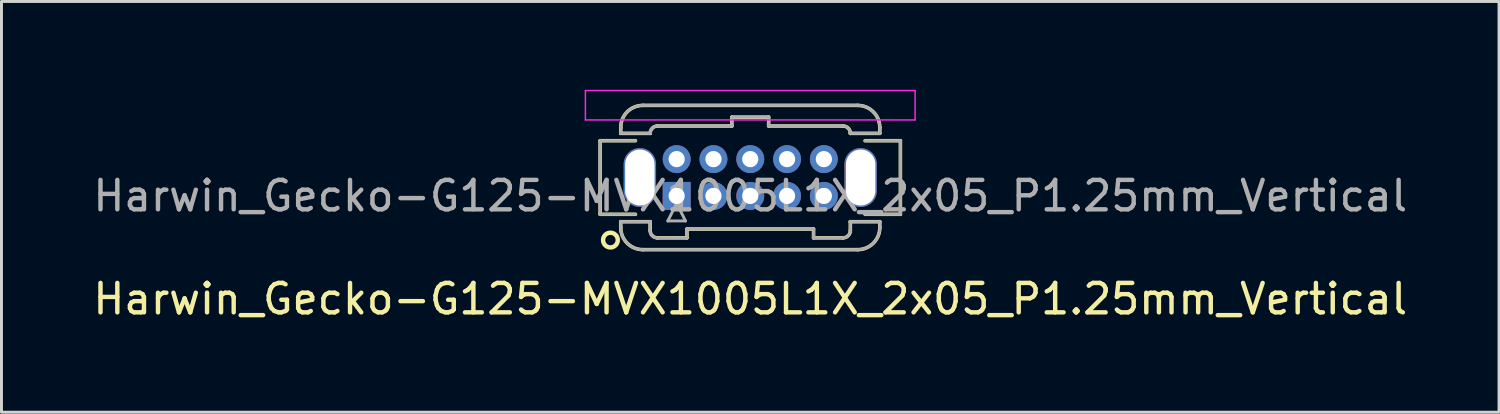
<source format=kicad_pcb>
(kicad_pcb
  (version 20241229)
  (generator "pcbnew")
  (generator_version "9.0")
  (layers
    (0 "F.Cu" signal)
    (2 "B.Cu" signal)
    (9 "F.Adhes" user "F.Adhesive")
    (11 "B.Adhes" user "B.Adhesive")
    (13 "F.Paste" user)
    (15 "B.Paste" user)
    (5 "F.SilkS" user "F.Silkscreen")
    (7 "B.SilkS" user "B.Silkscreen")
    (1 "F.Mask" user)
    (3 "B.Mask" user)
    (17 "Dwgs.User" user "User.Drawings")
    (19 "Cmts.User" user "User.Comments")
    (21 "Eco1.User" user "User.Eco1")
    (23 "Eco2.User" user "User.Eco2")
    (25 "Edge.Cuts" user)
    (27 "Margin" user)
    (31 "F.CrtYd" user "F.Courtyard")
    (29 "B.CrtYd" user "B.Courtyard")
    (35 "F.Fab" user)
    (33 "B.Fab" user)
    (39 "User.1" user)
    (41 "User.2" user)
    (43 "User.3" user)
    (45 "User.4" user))
  (footprint "Harwin_Gecko-G125-MVX1005L1X_2x05_P1.25mm_Vertical"
    (layer "F.Cu")
    (at 19.935 3.605)
    (property "Reference" "Harwin_Gecko-G125-MVX1005L1X_2x05_P1.25mm_Vertical" (at 2.5 3.5 0) (layer "F.SilkS") (effects (font (size 1 1) (thickness 0.15))))
    (attr through_hole)
    (fp_line (start -2.6 -1.875) (end -2.6 0.625) (stroke (width 0.12) (type solid)) (layer "F.SilkS"))
    (fp_line (start -2.6 0.625) (end -1.4 0.625) (stroke (width 0.12) (type solid)) (layer "F.SilkS"))
    (fp_line (start -1.9 -2.325) (end -1.9 -2.125) (stroke (width 0.12) (type solid)) (layer "F.SilkS"))
    (fp_line (start -1.9 -2.125) (end -0.9 -2.125) (stroke (width 0.12) (type solid)) (layer "F.SilkS"))
    (fp_line (start -1.9 0.875) (end -0.9 0.875) (stroke (width 0.12) (type solid)) (layer "F.SilkS"))
    (fp_line (start -1.9 1.075) (end -1.9 0.875) (stroke (width 0.12) (type solid)) (layer "F.SilkS"))
    (fp_line (start -1.4 -1.875) (end -2.6 -1.875) (stroke (width 0.12) (type solid)) (layer "F.SilkS"))
    (fp_line (start -1.15 -3.075) (end 6.15 -3.075) (stroke (width 0.12) (type solid)) (layer "F.SilkS"))
    (fp_line (start -1.15 1.825) (end 6.15 1.825) (stroke (width 0.12) (type solid)) (layer "F.SilkS"))
    (fp_line (start -0.9 -2.125) (end -0.9 -2.125) (stroke (width 0.12) (type solid)) (layer "F.SilkS"))
    (fp_line (start -0.9 0.875) (end -0.9 0.875) (stroke (width 0.12) (type solid)) (layer "F.SilkS"))
    (fp_line (start -0.9 1.175) (end -0.9 0.875) (stroke (width 0.12) (type solid)) (layer "F.SilkS"))
    (fp_line (start -0.65 -2.375) (end 1.875 -2.375) (stroke (width 0.12) (type solid)) (layer "F.SilkS"))
    (fp_line (start -0.65 1.425) (end 0.35 1.425) (stroke (width 0.12) (type solid)) (layer "F.SilkS"))
    (fp_line (start 0.35 1.125) (end 4.65 1.125) (stroke (width 0.12) (type solid)) (layer "F.SilkS"))
    (fp_line (start 0.35 1.425) (end 0.35 1.125) (stroke (width 0.12) (type solid)) (layer "F.SilkS"))
    (fp_line (start 1.875 -2.675) (end 3.125 -2.675) (stroke (width 0.12) (type solid)) (layer "F.SilkS"))
    (fp_line (start 1.875 -2.375) (end 1.875 -2.675) (stroke (width 0.12) (type solid)) (layer "F.SilkS"))
    (fp_line (start 3.125 -2.675) (end 3.125 -2.375) (stroke (width 0.12) (type solid)) (layer "F.SilkS"))
    (fp_line (start 3.125 -2.375) (end 5.65 -2.375) (stroke (width 0.12) (type solid)) (layer "F.SilkS"))
    (fp_line (start 4.65 1.125) (end 4.65 1.425) (stroke (width 0.12) (type solid)) (layer "F.SilkS"))
    (fp_line (start 4.65 1.425) (end 5.65 1.425) (stroke (width 0.12) (type solid)) (layer "F.SilkS"))
    (fp_line (start 5.9 -2.125) (end 5.9 -2.125) (stroke (width 0.12) (type solid)) (layer "F.SilkS"))
    (fp_line (start 5.9 0.875) (end 5.9 0.875) (stroke (width 0.12) (type solid)) (layer "F.SilkS"))
    (fp_line (start 5.9 1.175) (end 5.9 0.875) (stroke (width 0.12) (type solid)) (layer "F.SilkS"))
    (fp_line (start 6.4 -1.875) (end 7.6 -1.875) (stroke (width 0.12) (type solid)) (layer "F.SilkS"))
    (fp_line (start 6.9 -2.325) (end 6.9 -2.125) (stroke (width 0.12) (type solid)) (layer "F.SilkS"))
    (fp_line (start 6.9 -2.125) (end 5.9 -2.125) (stroke (width 0.12) (type solid)) (layer "F.SilkS"))
    (fp_line (start 6.9 0.875) (end 5.9 0.875) (stroke (width 0.12) (type solid)) (layer "F.SilkS"))
    (fp_line (start 6.9 1.075) (end 6.9 0.875) (stroke (width 0.12) (type solid)) (layer "F.SilkS"))
    (fp_line (start 7.6 -1.875) (end 7.6 0.625) (stroke (width 0.12) (type solid)) (layer "F.SilkS"))
    (fp_line (start 7.6 0.625) (end 6.4 0.625) (stroke (width 0.12) (type solid)) (layer "F.SilkS"))
    (fp_arc (start -1.9 -2.325) (mid -1.68033 -2.85533) (end -1.15 -3.075) (stroke (width 0.12) (type solid)) (layer "F.SilkS"))
    (fp_arc (start -1.15 1.825) (mid -1.68033 1.60533) (end -1.9 1.075) (stroke (width 0.12) (type solid)) (layer "F.SilkS"))
    (fp_arc (start -0.9 -2.125) (mid -0.826777 -2.301777) (end -0.65 -2.375) (stroke (width 0.12) (type solid)) (layer "F.SilkS"))
    (fp_arc (start -0.65 1.425) (mid -0.826777 1.351777) (end -0.9 1.175) (stroke (width 0.12) (type solid)) (layer "F.SilkS"))
    (fp_arc (start 5.65 -2.375) (mid 5.826777 -2.301777) (end 5.9 -2.125) (stroke (width 0.12) (type solid)) (layer "F.SilkS"))
    (fp_arc (start 5.9 1.175) (mid 5.826777 1.351777) (end 5.65 1.425) (stroke (width 0.12) (type solid)) (layer "F.SilkS"))
    (fp_arc (start 6.15 -3.075) (mid 6.68033 -2.85533) (end 6.9 -2.325) (stroke (width 0.12) (type solid)) (layer "F.SilkS"))
    (fp_arc (start 6.9 1.075) (mid 6.68033 1.60533) (end 6.15 1.825) (stroke (width 0.12) (type solid)) (layer "F.SilkS"))
    (fp_circle (center -2.25 1.5) (end -2 1.5) (stroke (width 0.15) (type solid)) (fill no) (layer "F.SilkS"))
    (fp_line (start -3.1 -3.58) (end -3.1 -2.58) (stroke (width 0.05) (type solid)) (layer "F.CrtYd"))
    (fp_line (start -3.1 -2.58) (end 8.1 -2.58) (stroke (width 0.05) (type solid)) (layer "F.CrtYd"))
    (fp_line (start 8.1 -3.58) (end -3.1 -3.58) (stroke (width 0.05) (type solid)) (layer "F.CrtYd"))
    (fp_line (start 8.1 -2.58) (end 8.1 -3.58) (stroke (width 0.05) (type solid)) (layer "F.CrtYd"))
    (fp_line (start -2.6 -1.875) (end -2.6 0.625) (stroke (width 0.1) (type solid)) (layer "F.Fab"))
    (fp_line (start -2.6 0.625) (end -1.4 0.625) (stroke (width 0.1) (type solid)) (layer "F.Fab"))
    (fp_line (start -1.9 -2.325) (end -1.9 -2.125) (stroke (width 0.1) (type solid)) (layer "F.Fab"))
    (fp_line (start -1.9 -2.125) (end -0.9 -2.125) (stroke (width 0.1) (type solid)) (layer "F.Fab"))
    (fp_line (start -1.9 0.875) (end -0.9 0.875) (stroke (width 0.1) (type solid)) (layer "F.Fab"))
    (fp_line (start -1.9 1.075) (end -1.9 0.875) (stroke (width 0.1) (type solid)) (layer "F.Fab"))
    (fp_line (start -1.4 -1.875) (end -2.6 -1.875) (stroke (width 0.1) (type solid)) (layer "F.Fab"))
    (fp_line (start -1.15 -3.075) (end 6.15 -3.075) (stroke (width 0.1) (type solid)) (layer "F.Fab"))
    (fp_line (start -1.15 1.825) (end 6.15 1.825) (stroke (width 0.1) (type solid)) (layer "F.Fab"))
    (fp_line (start -0.9 -2.125) (end -0.9 -2.125) (stroke (width 0.1) (type solid)) (layer "F.Fab"))
    (fp_line (start -0.9 0.875) (end -0.9 0.875) (stroke (width 0.1) (type solid)) (layer "F.Fab"))
    (fp_line (start -0.9 1.175) (end -0.9 0.875) (stroke (width 0.1) (type solid)) (layer "F.Fab"))
    (fp_line (start -0.65 -2.375) (end 1.875 -2.375) (stroke (width 0.1) (type solid)) (layer "F.Fab"))
    (fp_line (start -0.65 1.425) (end 0.35 1.425) (stroke (width 0.1) (type solid)) (layer "F.Fab"))
    (fp_line (start -0.3 0.85) (end 0.3 0.85) (stroke (width 0.1) (type solid)) (layer "F.Fab"))
    (fp_line (start 0 0.25) (end -0.3 0.85) (stroke (width 0.1) (type solid)) (layer "F.Fab"))
    (fp_line (start 0.3 0.85) (end 0 0.25) (stroke (width 0.1) (type solid)) (layer "F.Fab"))
    (fp_line (start 0.35 1.125) (end 4.65 1.125) (stroke (width 0.1) (type solid)) (layer "F.Fab"))
    (fp_line (start 0.35 1.425) (end 0.35 1.125) (stroke (width 0.1) (type solid)) (layer "F.Fab"))
    (fp_line (start 1.875 -2.675) (end 3.125 -2.675) (stroke (width 0.1) (type solid)) (layer "F.Fab"))
    (fp_line (start 1.875 -2.375) (end 1.875 -2.675) (stroke (width 0.1) (type solid)) (layer "F.Fab"))
    (fp_line (start 3.125 -2.675) (end 3.125 -2.375) (stroke (width 0.1) (type solid)) (layer "F.Fab"))
    (fp_line (start 3.125 -2.375) (end 5.65 -2.375) (stroke (width 0.1) (type solid)) (layer "F.Fab"))
    (fp_line (start 4.65 1.125) (end 4.65 1.425) (stroke (width 0.1) (type solid)) (layer "F.Fab"))
    (fp_line (start 4.65 1.425) (end 5.65 1.425) (stroke (width 0.1) (type solid)) (layer "F.Fab"))
    (fp_line (start 5.9 -2.125) (end 5.9 -2.125) (stroke (width 0.1) (type solid)) (layer "F.Fab"))
    (fp_line (start 5.9 0.875) (end 5.9 0.875) (stroke (width 0.1) (type solid)) (layer "F.Fab"))
    (fp_line (start 5.9 1.175) (end 5.9 0.875) (stroke (width 0.1) (type solid)) (layer "F.Fab"))
    (fp_line (start 6.4 -1.875) (end 7.6 -1.875) (stroke (width 0.1) (type solid)) (layer "F.Fab"))
    (fp_line (start 6.9 -2.325) (end 6.9 -2.125) (stroke (width 0.1) (type solid)) (layer "F.Fab"))
    (fp_line (start 6.9 -2.125) (end 5.9 -2.125) (stroke (width 0.1) (type solid)) (layer "F.Fab"))
    (fp_line (start 6.9 0.875) (end 5.9 0.875) (stroke (width 0.1) (type solid)) (layer "F.Fab"))
    (fp_line (start 6.9 1.075) (end 6.9 0.875) (stroke (width 0.1) (type solid)) (layer "F.Fab"))
    (fp_line (start 7.6 -1.875) (end 7.6 0.625) (stroke (width 0.1) (type solid)) (layer "F.Fab"))
    (fp_line (start 7.6 0.625) (end 6.4 0.625) (stroke (width 0.1) (type solid)) (layer "F.Fab"))
    (fp_arc (start -1.9 -2.325) (mid -1.68033 -2.85533) (end -1.15 -3.075) (stroke (width 0.1) (type solid)) (layer "F.Fab"))
    (fp_arc (start -1.15 1.825) (mid -1.68033 1.60533) (end -1.9 1.075) (stroke (width 0.1) (type solid)) (layer "F.Fab"))
    (fp_arc (start -0.9 -2.125) (mid -0.826777 -2.301777) (end -0.65 -2.375) (stroke (width 0.1) (type solid)) (layer "F.Fab"))
    (fp_arc (start -0.65 1.425) (mid -0.826777 1.351777) (end -0.9 1.175) (stroke (width 0.1) (type solid)) (layer "F.Fab"))
    (fp_arc (start 5.65 -2.375) (mid 5.826777 -2.301777) (end 5.9 -2.125) (stroke (width 0.1) (type solid)) (layer "F.Fab"))
    (fp_arc (start 5.9 1.175) (mid 5.826777 1.351777) (end 5.65 1.425) (stroke (width 0.1) (type solid)) (layer "F.Fab"))
    (fp_arc (start 6.15 -3.075) (mid 6.68033 -2.85533) (end 6.9 -2.325) (stroke (width 0.1) (type solid)) (layer "F.Fab"))
    (fp_arc (start 6.9 1.075) (mid 6.68033 1.60533) (end 6.15 1.825) (stroke (width 0.1) (type solid)) (layer "F.Fab"))
    (fp_text user "${REFERENCE}" (at 2.5 0 0) (layer "F.Fab") (effects (font (size 1 1) (thickness 0.15))))
    (pad "" np_thru_hole oval (at -1.25 -0.625) (size 1.1 2) (drill oval 1 1.9) (layers "*.Cu" "*.Mask"))
    (pad "" np_thru_hole oval (at 6.25 -0.625) (size 1.1 2) (drill oval 1 1.9) (layers "*.Cu" "*.Mask"))
    (pad "1" thru_hole rect (at 0 0) (size 0.95 0.95) (drill 0.55) (layers "*.Cu" "*.Mask"))
    (pad "2" thru_hole circle (at 0 -1.25) (size 0.95 0.95) (drill 0.55) (layers "*.Cu" "*.Mask"))
    (pad "3" thru_hole circle (at 1.25 0) (size 0.95 0.95) (drill 0.55) (layers "*.Cu" "*.Mask"))
    (pad "4" thru_hole circle (at 1.25 -1.25) (size 0.95 0.95) (drill 0.55) (layers "*.Cu" "*.Mask"))
    (pad "5" thru_hole circle (at 2.5 0) (size 0.95 0.95) (drill 0.55) (layers "*.Cu" "*.Mask"))
    (pad "6" thru_hole circle (at 2.5 -1.25) (size 0.95 0.95) (drill 0.55) (layers "*.Cu" "*.Mask"))
    (pad "7" thru_hole circle (at 3.75 0) (size 0.95 0.95) (drill 0.55) (layers "*.Cu" "*.Mask"))
    (pad "8" thru_hole circle (at 3.75 -1.25) (size 0.95 0.95) (drill 0.55) (layers "*.Cu" "*.Mask"))
    (pad "9" thru_hole circle (at 5 0) (size 0.95 0.95) (drill 0.55) (layers "*.Cu" "*.Mask"))
    (pad "10" thru_hole circle (at 5 -1.25) (size 0.95 0.95) (drill 0.55) (layers "*.Cu" "*.Mask")))
  (gr_rect
    (start -3 -3)
    (end 47.869 10.953)
    (stroke (width 0.1) (type default))
    (fill no)
    (layer "Edge.Cuts")))
</source>
